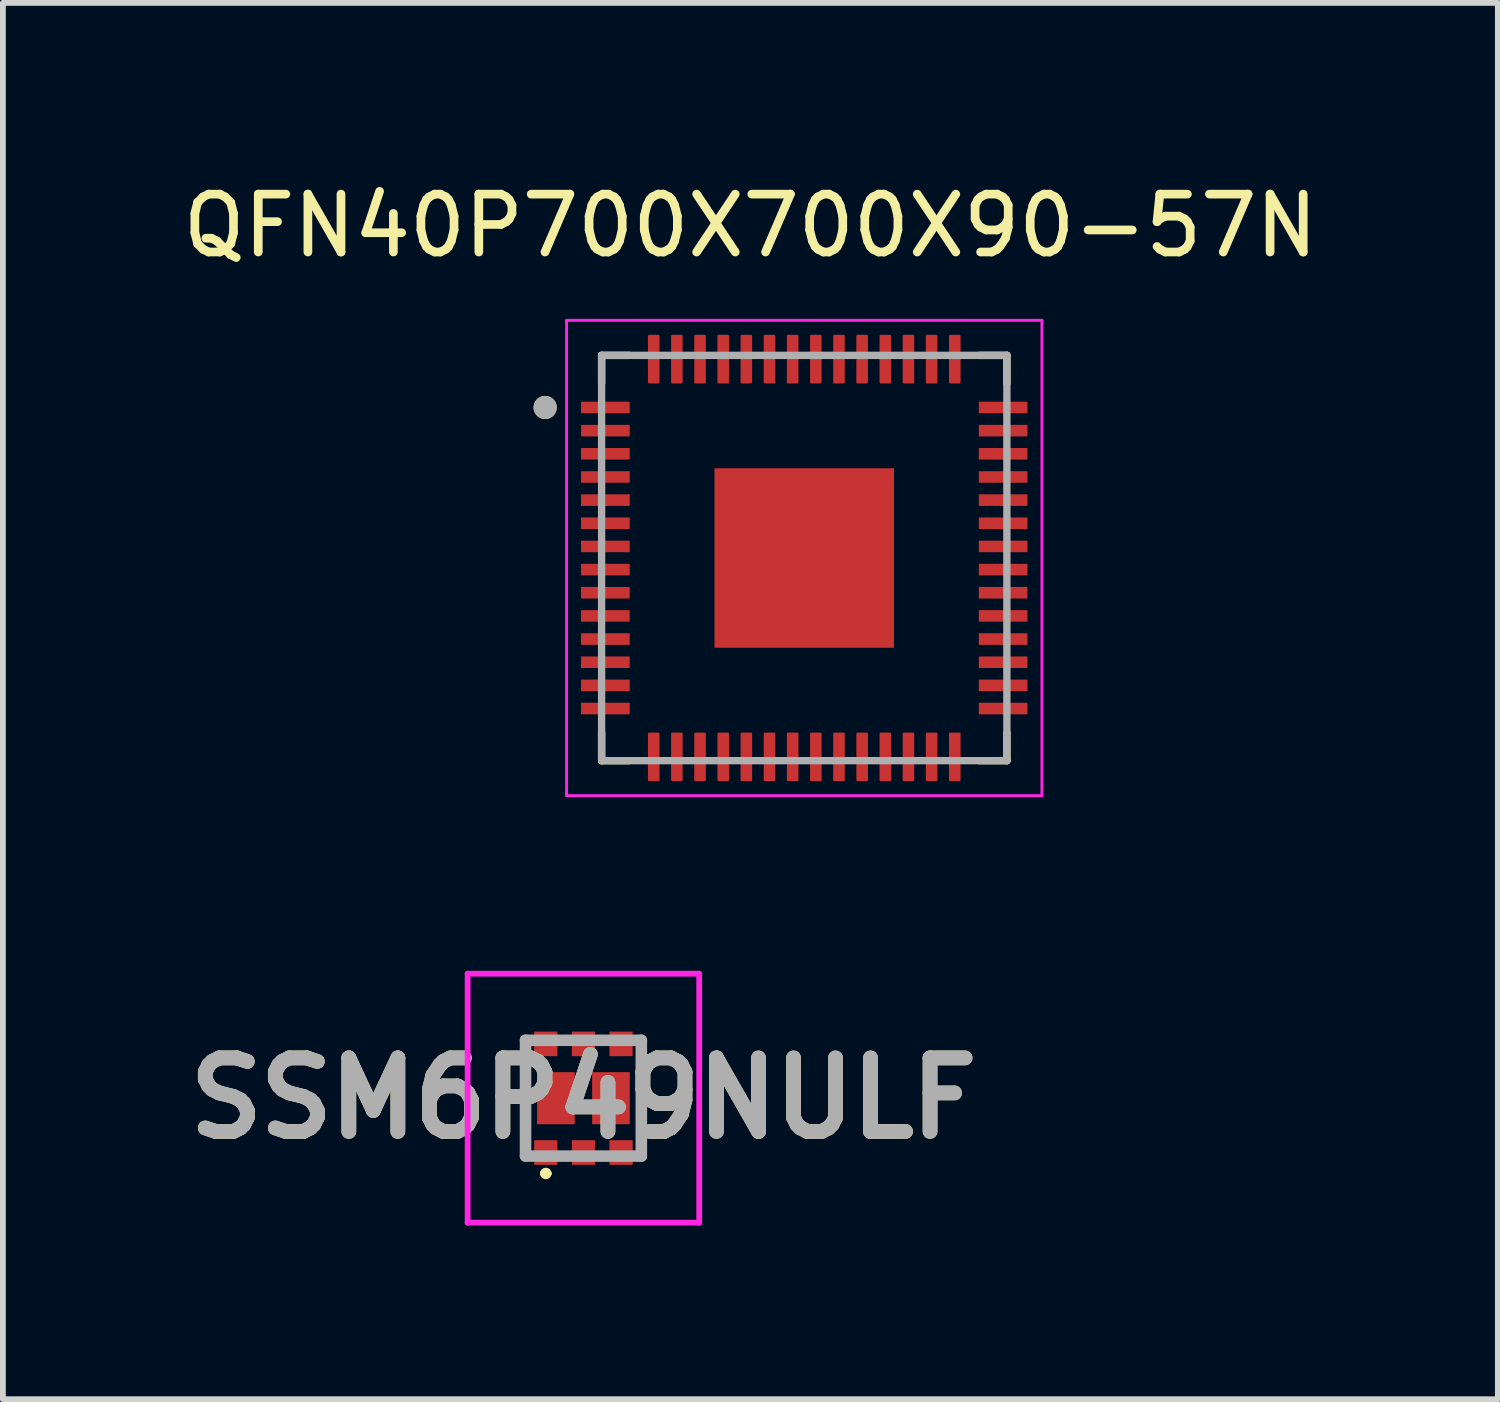
<source format=kicad_pcb>
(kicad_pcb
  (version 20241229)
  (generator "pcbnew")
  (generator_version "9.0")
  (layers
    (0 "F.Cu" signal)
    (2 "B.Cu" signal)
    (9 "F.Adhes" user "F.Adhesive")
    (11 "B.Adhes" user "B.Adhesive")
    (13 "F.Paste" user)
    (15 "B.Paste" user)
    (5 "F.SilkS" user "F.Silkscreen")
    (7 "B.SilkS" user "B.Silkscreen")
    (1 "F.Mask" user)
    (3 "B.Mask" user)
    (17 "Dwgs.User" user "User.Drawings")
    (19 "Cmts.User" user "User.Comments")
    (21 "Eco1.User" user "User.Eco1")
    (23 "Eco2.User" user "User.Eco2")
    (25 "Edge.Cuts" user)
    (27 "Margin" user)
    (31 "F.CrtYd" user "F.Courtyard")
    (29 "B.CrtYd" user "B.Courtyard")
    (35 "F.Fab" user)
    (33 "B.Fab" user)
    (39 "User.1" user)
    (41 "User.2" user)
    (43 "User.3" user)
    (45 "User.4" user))
  (footprint "SSM6P49NULF"
    (layer "F.Cu")
    (at 7.027 15.918)
    (property "Reference" "SSM6P49NULF" (at 0 0 0) (layer "F.SilkS") (effects (font (size 1.27 1.27) (thickness 0.254))))
    (attr smd)
    (fp_line (start -1 -1) (end -1 0.938) (stroke (width 0.1) (type solid)) (layer "F.SilkS"))
    (fp_line (start -1 0.938) (end -1 0.938) (stroke (width 0.1) (type solid)) (layer "F.SilkS"))
    (fp_line (start -1 0.938) (end -1 1) (stroke (width 0.1) (type solid)) (layer "F.SilkS"))
    (fp_line (start -0.7 1.3) (end -0.7 1.3) (stroke (width 0.1) (type solid)) (layer "F.SilkS"))
    (fp_line (start -0.6 1.3) (end -0.6 1.3) (stroke (width 0.1) (type solid)) (layer "F.SilkS"))
    (fp_line (start 1 -1) (end 1 0.938) (stroke (width 0.1) (type solid)) (layer "F.SilkS"))
    (fp_arc (start -0.7 1.3) (mid -0.65 1.25) (end -0.6 1.3) (stroke (width 0.1) (type solid)) (layer "F.SilkS"))
    (fp_arc (start -0.6 1.3) (mid -0.65 1.35) (end -0.7 1.3) (stroke (width 0.1) (type solid)) (layer "F.SilkS"))
    (fp_line (start -2 -2.15) (end 2 -2.15) (stroke (width 0.1) (type solid)) (layer "F.CrtYd"))
    (fp_line (start -2 2.15) (end -2 -2.15) (stroke (width 0.1) (type solid)) (layer "F.CrtYd"))
    (fp_line (start 2 -2.15) (end 2 2.15) (stroke (width 0.1) (type solid)) (layer "F.CrtYd"))
    (fp_line (start 2 2.15) (end -2 2.15) (stroke (width 0.1) (type solid)) (layer "F.CrtYd"))
    (fp_line (start -1 -1) (end 1 -1) (stroke (width 0.2) (type solid)) (layer "F.Fab"))
    (fp_line (start -1 1) (end -1 -1) (stroke (width 0.2) (type solid)) (layer "F.Fab"))
    (fp_line (start 1 -1) (end 1 1) (stroke (width 0.2) (type solid)) (layer "F.Fab"))
    (fp_line (start 1 1) (end -1 1) (stroke (width 0.2) (type solid)) (layer "F.Fab"))
    (fp_text user "${REFERENCE}" (at 0 0 0) (layer "F.Fab") (effects (font (size 1.27 1.27) (thickness 0.254))))
    (pad "1" smd rect (at -0.65 0.938) (size 0.4 0.425) (layers "F.Cu" "F.Mask" "F.Paste"))
    (pad "2" smd rect (at 0 0.938) (size 0.4 0.425) (layers "F.Cu" "F.Mask" "F.Paste"))
    (pad "3" smd rect (at 0.65 0.938) (size 0.4 0.425) (layers "F.Cu" "F.Mask" "F.Paste"))
    (pad "4" smd rect (at 0.65 -0.938) (size 0.4 0.425) (layers "F.Cu" "F.Mask" "F.Paste"))
    (pad "5" smd rect (at 0 -0.938) (size 0.4 0.425) (layers "F.Cu" "F.Mask" "F.Paste"))
    (pad "6" smd rect (at -0.65 -0.938) (size 0.4 0.425) (layers "F.Cu" "F.Mask" "F.Paste"))
    (pad "7" smd rect (at -0.475 0) (size 0.65 0.9) (layers "F.Cu" "F.Mask" "F.Paste"))
    (pad "8" smd rect (at 0.475 0) (size 0.65 0.9) (layers "F.Cu" "F.Mask" "F.Paste")))
  (footprint "QFN40P700X700X90-57N"
    (layer "F.Cu")
    (at 10.841 6.588)
    (property "Reference" "QFN40P700X700X90-57N" (at -0.93 -5.74 0) (layer "F.SilkS") (effects (font (size 1 1) (thickness 0.15))))
    (attr through_hole)
    (fp_line (start -3.5 -3.5) (end -3.5 -3.02) (stroke (width 0.127) (type solid)) (layer "F.SilkS"))
    (fp_line (start -3.5 -3.5) (end -3.02 -3.5) (stroke (width 0.127) (type solid)) (layer "F.SilkS"))
    (fp_line (start -3.5 3.5) (end -3.5 3.02) (stroke (width 0.127) (type solid)) (layer "F.SilkS"))
    (fp_line (start -3.5 3.5) (end -3.02 3.5) (stroke (width 0.127) (type solid)) (layer "F.SilkS"))
    (fp_line (start 3.5 -3.5) (end 3.02 -3.5) (stroke (width 0.127) (type solid)) (layer "F.SilkS"))
    (fp_line (start 3.5 -3.5) (end 3.5 -3.02) (stroke (width 0.127) (type solid)) (layer "F.SilkS"))
    (fp_line (start 3.5 3.5) (end 3.02 3.5) (stroke (width 0.127) (type solid)) (layer "F.SilkS"))
    (fp_line (start 3.5 3.5) (end 3.5 3.02) (stroke (width 0.127) (type solid)) (layer "F.SilkS"))
    (fp_circle (center -4.475 -2.6) (end -4.375 -2.6) (stroke (width 0.2) (type solid)) (fill no) (layer "F.SilkS"))
    (fp_poly (pts (xy -0.98 -0.98) (xy 0.98 -0.98) (xy 0.98 0.98) (xy -0.98 0.98)) (stroke (width 0.01) (type solid)) (fill yes) (layer "F.Paste"))
    (fp_line (start -4.105 -4.105) (end 4.105 -4.105) (stroke (width 0.05) (type solid)) (layer "F.CrtYd"))
    (fp_line (start -4.105 4.105) (end -4.105 -4.105) (stroke (width 0.05) (type solid)) (layer "F.CrtYd"))
    (fp_line (start -4.105 4.105) (end 4.105 4.105) (stroke (width 0.05) (type solid)) (layer "F.CrtYd"))
    (fp_line (start 4.105 4.105) (end 4.105 -4.105) (stroke (width 0.05) (type solid)) (layer "F.CrtYd"))
    (fp_line (start -3.5 3.5) (end -3.5 -3.5) (stroke (width 0.127) (type solid)) (layer "F.Fab"))
    (fp_line (start 3.5 -3.5) (end -3.5 -3.5) (stroke (width 0.127) (type solid)) (layer "F.Fab"))
    (fp_line (start 3.5 3.5) (end -3.5 3.5) (stroke (width 0.127) (type solid)) (layer "F.Fab"))
    (fp_line (start 3.5 3.5) (end 3.5 -3.5) (stroke (width 0.127) (type solid)) (layer "F.Fab"))
    (fp_circle (center -4.475 -2.6) (end -4.375 -2.6) (stroke (width 0.2) (type solid)) (fill no) (layer "F.Fab"))
    (pad "1" smd roundrect (at -3.435 -2.6) (size 0.84 0.2) (layers "F.Cu" "F.Mask" "F.Paste") (roundrect_rratio 0.03))
    (pad "2" smd roundrect (at -3.435 -2.2) (size 0.84 0.2) (layers "F.Cu" "F.Mask" "F.Paste") (roundrect_rratio 0.03))
    (pad "3" smd roundrect (at -3.435 -1.8) (size 0.84 0.2) (layers "F.Cu" "F.Mask" "F.Paste") (roundrect_rratio 0.03))
    (pad "4" smd roundrect (at -3.435 -1.4) (size 0.84 0.2) (layers "F.Cu" "F.Mask" "F.Paste") (roundrect_rratio 0.03))
    (pad "5" smd roundrect (at -3.435 -1) (size 0.84 0.2) (layers "F.Cu" "F.Mask" "F.Paste") (roundrect_rratio 0.03))
    (pad "6" smd roundrect (at -3.435 -0.6) (size 0.84 0.2) (layers "F.Cu" "F.Mask" "F.Paste") (roundrect_rratio 0.03))
    (pad "7" smd roundrect (at -3.435 -0.2) (size 0.84 0.2) (layers "F.Cu" "F.Mask" "F.Paste") (roundrect_rratio 0.03))
    (pad "8" smd roundrect (at -3.435 0.2) (size 0.84 0.2) (layers "F.Cu" "F.Mask" "F.Paste") (roundrect_rratio 0.03))
    (pad "9" smd roundrect (at -3.435 0.6) (size 0.84 0.2) (layers "F.Cu" "F.Mask" "F.Paste") (roundrect_rratio 0.03))
    (pad "10" smd roundrect (at -3.435 1) (size 0.84 0.2) (layers "F.Cu" "F.Mask" "F.Paste") (roundrect_rratio 0.03))
    (pad "11" smd roundrect (at -3.435 1.4) (size 0.84 0.2) (layers "F.Cu" "F.Mask" "F.Paste") (roundrect_rratio 0.03))
    (pad "12" smd roundrect (at -3.435 1.8) (size 0.84 0.2) (layers "F.Cu" "F.Mask" "F.Paste") (roundrect_rratio 0.03))
    (pad "13" smd roundrect (at -3.435 2.2) (size 0.84 0.2) (layers "F.Cu" "F.Mask" "F.Paste") (roundrect_rratio 0.03))
    (pad "14" smd roundrect (at -3.435 2.6) (size 0.84 0.2) (layers "F.Cu" "F.Mask" "F.Paste") (roundrect_rratio 0.03))
    (pad "15" smd roundrect (at -2.6 3.435) (size 0.2 0.84) (layers "F.Cu" "F.Mask" "F.Paste") (roundrect_rratio 0.1))
    (pad "16" smd roundrect (at -2.2 3.435) (size 0.2 0.84) (layers "F.Cu" "F.Mask" "F.Paste") (roundrect_rratio 0.1))
    (pad "17" smd roundrect (at -1.8 3.435) (size 0.2 0.84) (layers "F.Cu" "F.Mask" "F.Paste") (roundrect_rratio 0.1))
    (pad "18" smd roundrect (at -1.4 3.435) (size 0.2 0.84) (layers "F.Cu" "F.Mask" "F.Paste") (roundrect_rratio 0.1))
    (pad "19" smd roundrect (at -1 3.435) (size 0.2 0.84) (layers "F.Cu" "F.Mask" "F.Paste") (roundrect_rratio 0.1))
    (pad "20" smd roundrect (at -0.6 3.435) (size 0.2 0.84) (layers "F.Cu" "F.Mask" "F.Paste") (roundrect_rratio 0.1))
    (pad "21" smd roundrect (at -0.2 3.435) (size 0.2 0.84) (layers "F.Cu" "F.Mask" "F.Paste") (roundrect_rratio 0.1))
    (pad "22" smd roundrect (at 0.2 3.435) (size 0.2 0.84) (layers "F.Cu" "F.Mask" "F.Paste") (roundrect_rratio 0.1))
    (pad "23" smd roundrect (at 0.6 3.435) (size 0.2 0.84) (layers "F.Cu" "F.Mask" "F.Paste") (roundrect_rratio 0.1))
    (pad "24" smd roundrect (at 1 3.435) (size 0.2 0.84) (layers "F.Cu" "F.Mask" "F.Paste") (roundrect_rratio 0.1))
    (pad "25" smd roundrect (at 1.4 3.435) (size 0.2 0.84) (layers "F.Cu" "F.Mask" "F.Paste") (roundrect_rratio 0.1))
    (pad "26" smd roundrect (at 1.8 3.435) (size 0.2 0.84) (layers "F.Cu" "F.Mask" "F.Paste") (roundrect_rratio 0.1))
    (pad "27" smd roundrect (at 2.2 3.435) (size 0.2 0.84) (layers "F.Cu" "F.Mask" "F.Paste") (roundrect_rratio 0.1))
    (pad "28" smd roundrect (at 2.6 3.435) (size 0.2 0.84) (layers "F.Cu" "F.Mask" "F.Paste") (roundrect_rratio 0.1))
    (pad "29" smd roundrect (at 3.435 2.6) (size 0.84 0.2) (layers "F.Cu" "F.Mask" "F.Paste") (roundrect_rratio 0.03))
    (pad "30" smd roundrect (at 3.435 2.2) (size 0.84 0.2) (layers "F.Cu" "F.Mask" "F.Paste") (roundrect_rratio 0.03))
    (pad "31" smd roundrect (at 3.435 1.8) (size 0.84 0.2) (layers "F.Cu" "F.Mask" "F.Paste") (roundrect_rratio 0.03))
    (pad "32" smd roundrect (at 3.435 1.4) (size 0.84 0.2) (layers "F.Cu" "F.Mask" "F.Paste") (roundrect_rratio 0.03))
    (pad "33" smd roundrect (at 3.435 1) (size 0.84 0.2) (layers "F.Cu" "F.Mask" "F.Paste") (roundrect_rratio 0.03))
    (pad "34" smd roundrect (at 3.435 0.6) (size 0.84 0.2) (layers "F.Cu" "F.Mask" "F.Paste") (roundrect_rratio 0.03))
    (pad "35" smd roundrect (at 3.435 0.2) (size 0.84 0.2) (layers "F.Cu" "F.Mask" "F.Paste") (roundrect_rratio 0.03))
    (pad "36" smd roundrect (at 3.435 -0.2) (size 0.84 0.2) (layers "F.Cu" "F.Mask" "F.Paste") (roundrect_rratio 0.03))
    (pad "37" smd roundrect (at 3.435 -0.6) (size 0.84 0.2) (layers "F.Cu" "F.Mask" "F.Paste") (roundrect_rratio 0.03))
    (pad "38" smd roundrect (at 3.435 -1) (size 0.84 0.2) (layers "F.Cu" "F.Mask" "F.Paste") (roundrect_rratio 0.03))
    (pad "39" smd roundrect (at 3.435 -1.4) (size 0.84 0.2) (layers "F.Cu" "F.Mask" "F.Paste") (roundrect_rratio 0.03))
    (pad "40" smd roundrect (at 3.435 -1.8) (size 0.84 0.2) (layers "F.Cu" "F.Mask" "F.Paste") (roundrect_rratio 0.03))
    (pad "41" smd roundrect (at 3.435 -2.2) (size 0.84 0.2) (layers "F.Cu" "F.Mask" "F.Paste") (roundrect_rratio 0.03))
    (pad "42" smd roundrect (at 3.435 -2.6) (size 0.84 0.2) (layers "F.Cu" "F.Mask" "F.Paste") (roundrect_rratio 0.03))
    (pad "43" smd roundrect (at 2.6 -3.435) (size 0.2 0.84) (layers "F.Cu" "F.Mask" "F.Paste") (roundrect_rratio 0.1))
    (pad "44" smd roundrect (at 2.2 -3.435) (size 0.2 0.84) (layers "F.Cu" "F.Mask" "F.Paste") (roundrect_rratio 0.1))
    (pad "45" smd roundrect (at 1.8 -3.435) (size 0.2 0.84) (layers "F.Cu" "F.Mask" "F.Paste") (roundrect_rratio 0.1))
    (pad "46" smd roundrect (at 1.4 -3.435) (size 0.2 0.84) (layers "F.Cu" "F.Mask" "F.Paste") (roundrect_rratio 0.1))
    (pad "47" smd roundrect (at 1 -3.435) (size 0.2 0.84) (layers "F.Cu" "F.Mask" "F.Paste") (roundrect_rratio 0.1))
    (pad "48" smd roundrect (at 0.6 -3.435) (size 0.2 0.84) (layers "F.Cu" "F.Mask" "F.Paste") (roundrect_rratio 0.1))
    (pad "49" smd roundrect (at 0.2 -3.435) (size 0.2 0.84) (layers "F.Cu" "F.Mask" "F.Paste") (roundrect_rratio 0.1))
    (pad "50" smd roundrect (at -0.2 -3.435) (size 0.2 0.84) (layers "F.Cu" "F.Mask" "F.Paste") (roundrect_rratio 0.1))
    (pad "51" smd roundrect (at -0.6 -3.435) (size 0.2 0.84) (layers "F.Cu" "F.Mask" "F.Paste") (roundrect_rratio 0.1))
    (pad "52" smd roundrect (at -1 -3.435) (size 0.2 0.84) (layers "F.Cu" "F.Mask" "F.Paste") (roundrect_rratio 0.1))
    (pad "53" smd roundrect (at -1.4 -3.435) (size 0.2 0.84) (layers "F.Cu" "F.Mask" "F.Paste") (roundrect_rratio 0.1))
    (pad "54" smd roundrect (at -1.8 -3.435) (size 0.2 0.84) (layers "F.Cu" "F.Mask" "F.Paste") (roundrect_rratio 0.1))
    (pad "55" smd roundrect (at -2.2 -3.435) (size 0.2 0.84) (layers "F.Cu" "F.Mask" "F.Paste") (roundrect_rratio 0.1))
    (pad "56" smd roundrect (at -2.6 -3.435) (size 0.2 0.84) (layers "F.Cu" "F.Mask" "F.Paste") (roundrect_rratio 0.1))
    (pad "57" smd rect (at 0 0) (size 3.1 3.1) (layers "F.Cu" "F.Mask")))
  (gr_rect
    (start -3 -3)
    (end 22.821 21.118)
    (stroke (width 0.1) (type default))
    (fill no)
    (layer "Edge.Cuts")))
</source>
